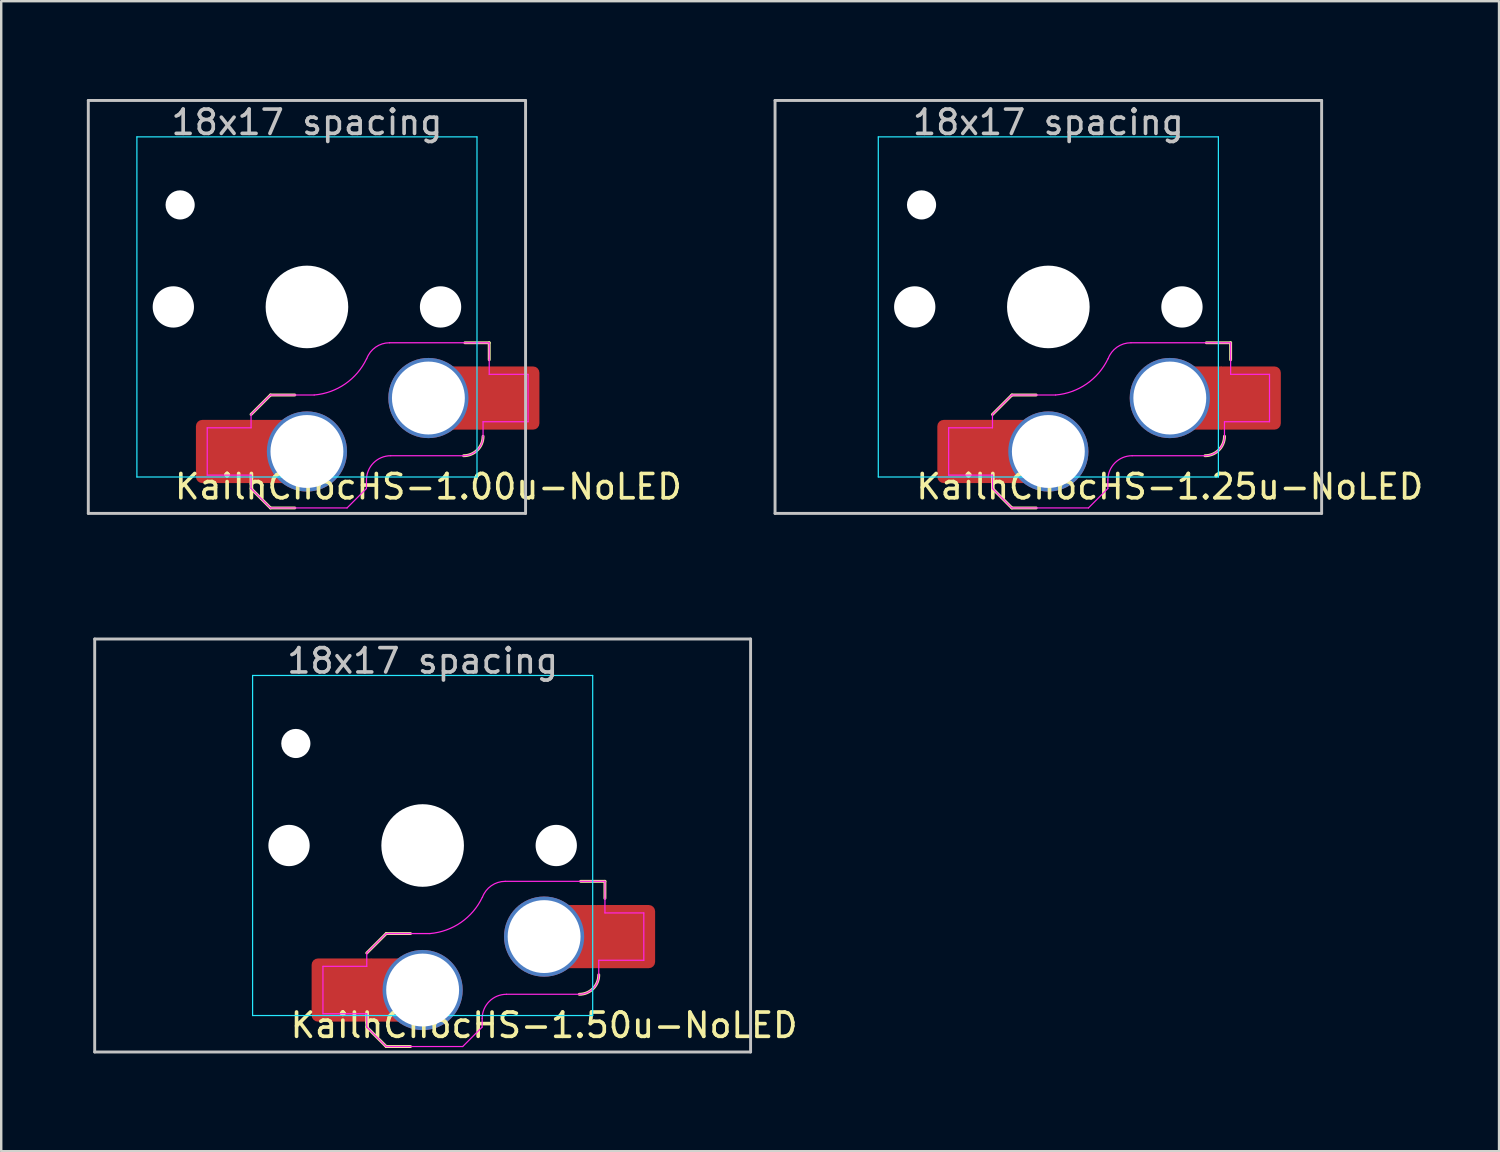
<source format=kicad_pcb>
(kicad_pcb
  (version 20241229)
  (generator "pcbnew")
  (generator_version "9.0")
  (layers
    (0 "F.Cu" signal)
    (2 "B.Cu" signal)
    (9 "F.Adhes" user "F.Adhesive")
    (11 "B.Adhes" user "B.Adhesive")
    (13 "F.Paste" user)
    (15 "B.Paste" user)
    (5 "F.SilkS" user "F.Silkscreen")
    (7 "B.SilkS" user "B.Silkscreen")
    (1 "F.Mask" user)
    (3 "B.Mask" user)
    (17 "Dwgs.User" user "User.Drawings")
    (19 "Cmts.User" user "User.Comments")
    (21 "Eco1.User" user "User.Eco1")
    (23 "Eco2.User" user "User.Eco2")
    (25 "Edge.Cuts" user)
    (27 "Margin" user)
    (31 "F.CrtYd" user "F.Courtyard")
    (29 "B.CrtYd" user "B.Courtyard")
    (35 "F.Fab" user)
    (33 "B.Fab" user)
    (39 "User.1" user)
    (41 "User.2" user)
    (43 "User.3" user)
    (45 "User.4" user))
  (footprint "KailhChocHS-1.50u-NoLED"
    (layer "F.Cu")
    (at 14.348 31.755)
    (property "Reference" "KailhChocHS-1.50u-NoLED" (at 5 7.4 180) (layer "F.SilkS") (effects (font (size 1 1) (thickness 0.15))))
    (attr smd)
    (fp_line (start -2.3 7.475) (end -1.5 8.275) (stroke (width 0.12) (type solid)) (layer "F.SilkS"))
    (fp_line (start -1.5 3.625) (end -2.3 4.425) (stroke (width 0.12) (type solid)) (layer "F.SilkS"))
    (fp_line (start -1.5 3.625) (end -0.5 3.625) (stroke (width 0.12) (type solid)) (layer "F.SilkS"))
    (fp_line (start -1.5 8.275) (end -0.5 8.275) (stroke (width 0.12) (type solid)) (layer "F.SilkS"))
    (fp_line (start 7.504 1.475) (end 6.504 1.475) (stroke (width 0.12) (type solid)) (layer "F.SilkS"))
    (fp_line (start 7.504 1.475) (end 7.504 2.175) (stroke (width 0.12) (type solid)) (layer "F.SilkS"))
    (fp_arc (start 7.25 5.325) (mid 7.015685 5.890685) (end 6.45 6.125) (stroke (width 0.12) (type solid)) (layer "F.SilkS"))
    (fp_line (start -13.5 -8.5) (end -13.5 8.5) (stroke (width 0.12) (type solid)) (layer "Dwgs.User"))
    (fp_line (start -13.5 8.5) (end 13.5 8.5) (stroke (width 0.12) (type solid)) (layer "Dwgs.User"))
    (fp_line (start 13.5 -8.5) (end -13.5 -8.5) (stroke (width 0.12) (type solid)) (layer "Dwgs.User"))
    (fp_line (start 13.5 8.5) (end 13.5 -8.5) (stroke (width 0.12) (type solid)) (layer "Dwgs.User"))
    (fp_line (start -14.287 -9.525) (end 14.287 -9.525) (stroke (width 0.12) (type solid)) (layer "Eco1.User"))
    (fp_line (start -14.287 9.525) (end -14.287 -9.525) (stroke (width 0.12) (type solid)) (layer "Eco1.User"))
    (fp_line (start 14.287 -9.525) (end 14.287 9.525) (stroke (width 0.12) (type solid)) (layer "Eco1.User"))
    (fp_line (start 14.287 9.525) (end -14.287 9.525) (stroke (width 0.12) (type solid)) (layer "Eco1.User"))
    (fp_line (start -6.95 -6.45) (end -6.95 6.45) (stroke (width 0.05) (type solid)) (layer "Eco2.User"))
    (fp_line (start -6.45 6.95) (end 6.45 6.95) (stroke (width 0.05) (type solid)) (layer "Eco2.User"))
    (fp_line (start 6.45 -6.95) (end -6.45 -6.95) (stroke (width 0.05) (type solid)) (layer "Eco2.User"))
    (fp_line (start 6.95 6.45) (end 6.95 -6.45) (stroke (width 0.05) (type solid)) (layer "Eco2.User"))
    (fp_arc (start -6.95 -6.45) (mid -6.803553 -6.803553) (end -6.45 -6.95) (stroke (width 0.05) (type solid)) (layer "Eco2.User"))
    (fp_arc (start -6.45 6.95) (mid -6.803553 6.803553) (end -6.95 6.45) (stroke (width 0.05) (type solid)) (layer "Eco2.User"))
    (fp_arc (start 6.45 -6.95) (mid 6.803553 -6.803553) (end 6.95 -6.45) (stroke (width 0.05) (type solid)) (layer "Eco2.User"))
    (fp_arc (start 6.95 6.45) (mid 6.803553 6.803553) (end 6.45 6.95) (stroke (width 0.05) (type solid)) (layer "Eco2.User"))
    (fp_line (start -7 -7) (end -7 7) (stroke (width 0.05) (type solid)) (layer "B.CrtYd"))
    (fp_line (start -7 7) (end 7 7) (stroke (width 0.05) (type solid)) (layer "B.CrtYd"))
    (fp_line (start 7 -7) (end -7 -7) (stroke (width 0.05) (type solid)) (layer "B.CrtYd"))
    (fp_line (start 7 7) (end 7 -7) (stroke (width 0.05) (type solid)) (layer "B.CrtYd"))
    (fp_line (start -4.104 4.975) (end -4.104 6.925) (stroke (width 0.05) (type solid)) (layer "F.CrtYd"))
    (fp_line (start -4.104 4.975) (end -2.3 4.975) (stroke (width 0.05) (type solid)) (layer "F.CrtYd"))
    (fp_line (start -4.104 6.925) (end -2.3 6.925) (stroke (width 0.05) (type solid)) (layer "F.CrtYd"))
    (fp_line (start -2.3 4.975) (end -2.3 4.425) (stroke (width 0.05) (type solid)) (layer "F.CrtYd"))
    (fp_line (start -2.3 7.475) (end -2.3 6.925) (stroke (width 0.05) (type solid)) (layer "F.CrtYd"))
    (fp_line (start -2.3 7.475) (end -1.5 8.275) (stroke (width 0.05) (type solid)) (layer "F.CrtYd"))
    (fp_line (start -1.5 3.625) (end -2.3 4.425) (stroke (width 0.05) (type solid)) (layer "F.CrtYd"))
    (fp_line (start -1.5 3.625) (end 0.3 3.625) (stroke (width 0.05) (type solid)) (layer "F.CrtYd"))
    (fp_line (start -1.5 8.275) (end 1.65 8.275) (stroke (width 0.05) (type solid)) (layer "F.CrtYd"))
    (fp_line (start 2.45 7.475) (end 1.65 8.275) (stroke (width 0.05) (type solid)) (layer "F.CrtYd"))
    (fp_line (start 2.45 7.475) (end 2.45 7.125) (stroke (width 0.05) (type solid)) (layer "F.CrtYd"))
    (fp_line (start 3.45 6.125) (end 6.45 6.125) (stroke (width 0.05) (type solid)) (layer "F.CrtYd"))
    (fp_line (start 7.25 4.725) (end 9.104 4.725) (stroke (width 0.05) (type solid)) (layer "F.CrtYd"))
    (fp_line (start 7.25 5.325) (end 7.25 4.725) (stroke (width 0.05) (type solid)) (layer "F.CrtYd"))
    (fp_line (start 7.504 1.475) (end 3.4 1.475) (stroke (width 0.05) (type solid)) (layer "F.CrtYd"))
    (fp_line (start 7.504 1.475) (end 7.504 2.175) (stroke (width 0.05) (type solid)) (layer "F.CrtYd"))
    (fp_line (start 7.504 2.175) (end 7.504 2.775) (stroke (width 0.05) (type solid)) (layer "F.CrtYd"))
    (fp_line (start 9.104 2.775) (end 7.504 2.775) (stroke (width 0.05) (type solid)) (layer "F.CrtYd"))
    (fp_line (start 9.104 4.725) (end 9.104 2.775) (stroke (width 0.05) (type solid)) (layer "F.CrtYd"))
    (fp_arc (start 2.45 7.125) (mid 2.742893 6.417893) (end 3.45 6.125) (stroke (width 0.05) (type solid)) (layer "F.CrtYd"))
    (fp_arc (start 2.455444 2.13293) (mid 1.577272 3.167235) (end 0.299999 3.624999) (stroke (width 0.05) (type solid)) (layer "F.CrtYd"))
    (fp_arc (start 2.460307 2.13298) (mid 2.826423 1.655848) (end 3.4 1.475) (stroke (width 0.05) (type solid)) (layer "F.CrtYd"))
    (fp_arc (start 7.25 5.325) (mid 7.015685 5.890685) (end 6.45 6.125) (stroke (width 0.05) (type solid)) (layer "F.CrtYd"))
    (fp_rect (start -13.125 -8.75) (end 13.125 8.75) (stroke (width 0.12) (type solid)) (fill no) (layer "User.8"))
    (fp_text user "18x17 spacing" (at 0 -7.6 180) (layer "Dwgs.User") (effects (font (size 1 1) (thickness 0.15))))
    (fp_text user "19.05 spacing" (at 0 -8.7 180) (layer "Eco1.User") (effects (font (size 1 1) (thickness 0.15))))
    (fp_text user "17.5x17.5 spacing" (at 0 -8 180) (layer "User.8") (effects (font (size 1 1) (thickness 0.15))))
    (pad "" np_thru_hole circle (at -5.5 0 180) (size 1.7 1.7) (drill 1.7) (layers "*.Cu" "*.Mask"))
    (pad "" np_thru_hole circle (at -5.22 -4.2 180) (size 1.2 1.2) (drill 1.2) (layers "*.Cu" "*.Mask"))
    (pad "" np_thru_hole circle (at 0 0 180) (size 3.4 3.4) (drill 3.4) (layers "*.Cu" "*.Mask"))
    (pad "" np_thru_hole circle (at 5.5 0 180) (size 1.7 1.7) (drill 1.7) (layers "*.Cu" "*.Mask"))
    (pad "1" thru_hole circle (at 5 3.75) (size 3.3 3.3) (drill 3) (layers "*.Cu" "F.Mask"))
    (pad "1" smd rect (at 6.55 3.75) (size 1.2 2.6) (layers "F.Cu"))
    (pad "1" smd roundrect (at 8.245 3.75) (size 2.65 2.6) (layers "F.Cu" "F.Mask" "F.Paste") (roundrect_rratio 0.1))
    (pad "2" smd roundrect (at -3.245 5.95) (size 2.65 2.6) (layers "F.Cu" "F.Mask" "F.Paste") (roundrect_rratio 0.1))
    (pad "2" smd rect (at -1.55 5.95 180) (size 1.2 2.6) (layers "F.Cu"))
    (pad "2" thru_hole circle (at 0 5.95) (size 3.3 3.3) (drill 3) (layers "*.Cu" "F.Mask")))
  (footprint "KailhChocHS-1.25u-NoLED"
    (layer "F.Cu")
    (at 40.105 9.585)
    (property "Reference" "KailhChocHS-1.25u-NoLED" (at 5 7.4 180) (layer "F.SilkS") (effects (font (size 1 1) (thickness 0.15))))
    (attr smd)
    (fp_line (start -2.3 7.475) (end -1.5 8.275) (stroke (width 0.12) (type solid)) (layer "F.SilkS"))
    (fp_line (start -1.5 3.625) (end -2.3 4.425) (stroke (width 0.12) (type solid)) (layer "F.SilkS"))
    (fp_line (start -1.5 3.625) (end -0.5 3.625) (stroke (width 0.12) (type solid)) (layer "F.SilkS"))
    (fp_line (start -1.5 8.275) (end -0.5 8.275) (stroke (width 0.12) (type solid)) (layer "F.SilkS"))
    (fp_line (start 7.504 1.475) (end 6.504 1.475) (stroke (width 0.12) (type solid)) (layer "F.SilkS"))
    (fp_line (start 7.504 1.475) (end 7.504 2.175) (stroke (width 0.12) (type solid)) (layer "F.SilkS"))
    (fp_arc (start 7.25 5.325) (mid 7.015685 5.890685) (end 6.45 6.125) (stroke (width 0.12) (type solid)) (layer "F.SilkS"))
    (fp_line (start -11.25 -8.5) (end -11.25 8.5) (stroke (width 0.12) (type solid)) (layer "Dwgs.User"))
    (fp_line (start -11.25 8.5) (end 11.25 8.5) (stroke (width 0.12) (type solid)) (layer "Dwgs.User"))
    (fp_line (start 11.25 -8.5) (end -11.25 -8.5) (stroke (width 0.12) (type solid)) (layer "Dwgs.User"))
    (fp_line (start 11.25 8.5) (end 11.25 -8.5) (stroke (width 0.12) (type solid)) (layer "Dwgs.User"))
    (fp_line (start -11.906 -9.525) (end 11.906 -9.525) (stroke (width 0.12) (type solid)) (layer "Eco1.User"))
    (fp_line (start -11.906 9.525) (end -11.906 -9.525) (stroke (width 0.12) (type solid)) (layer "Eco1.User"))
    (fp_line (start 11.906 -9.525) (end 11.906 9.525) (stroke (width 0.12) (type solid)) (layer "Eco1.User"))
    (fp_line (start 11.906 9.525) (end -11.906 9.525) (stroke (width 0.12) (type solid)) (layer "Eco1.User"))
    (fp_line (start -6.95 -6.45) (end -6.95 6.45) (stroke (width 0.05) (type solid)) (layer "Eco2.User"))
    (fp_line (start -6.45 6.95) (end 6.45 6.95) (stroke (width 0.05) (type solid)) (layer "Eco2.User"))
    (fp_line (start 6.45 -6.95) (end -6.45 -6.95) (stroke (width 0.05) (type solid)) (layer "Eco2.User"))
    (fp_line (start 6.95 6.45) (end 6.95 -6.45) (stroke (width 0.05) (type solid)) (layer "Eco2.User"))
    (fp_arc (start -6.95 -6.45) (mid -6.803553 -6.803553) (end -6.45 -6.95) (stroke (width 0.05) (type solid)) (layer "Eco2.User"))
    (fp_arc (start -6.45 6.95) (mid -6.803553 6.803553) (end -6.95 6.45) (stroke (width 0.05) (type solid)) (layer "Eco2.User"))
    (fp_arc (start 6.45 -6.95) (mid 6.803553 -6.803553) (end 6.95 -6.45) (stroke (width 0.05) (type solid)) (layer "Eco2.User"))
    (fp_arc (start 6.95 6.45) (mid 6.803553 6.803553) (end 6.45 6.95) (stroke (width 0.05) (type solid)) (layer "Eco2.User"))
    (fp_line (start -7 -7) (end -7 7) (stroke (width 0.05) (type solid)) (layer "B.CrtYd"))
    (fp_line (start -7 7) (end 7 7) (stroke (width 0.05) (type solid)) (layer "B.CrtYd"))
    (fp_line (start 7 -7) (end -7 -7) (stroke (width 0.05) (type solid)) (layer "B.CrtYd"))
    (fp_line (start 7 7) (end 7 -7) (stroke (width 0.05) (type solid)) (layer "B.CrtYd"))
    (fp_line (start -4.104 4.975) (end -4.104 6.925) (stroke (width 0.05) (type solid)) (layer "F.CrtYd"))
    (fp_line (start -4.104 4.975) (end -2.3 4.975) (stroke (width 0.05) (type solid)) (layer "F.CrtYd"))
    (fp_line (start -4.104 6.925) (end -2.3 6.925) (stroke (width 0.05) (type solid)) (layer "F.CrtYd"))
    (fp_line (start -2.3 4.975) (end -2.3 4.425) (stroke (width 0.05) (type solid)) (layer "F.CrtYd"))
    (fp_line (start -2.3 7.475) (end -2.3 6.925) (stroke (width 0.05) (type solid)) (layer "F.CrtYd"))
    (fp_line (start -2.3 7.475) (end -1.5 8.275) (stroke (width 0.05) (type solid)) (layer "F.CrtYd"))
    (fp_line (start -1.5 3.625) (end -2.3 4.425) (stroke (width 0.05) (type solid)) (layer "F.CrtYd"))
    (fp_line (start -1.5 3.625) (end 0.3 3.625) (stroke (width 0.05) (type solid)) (layer "F.CrtYd"))
    (fp_line (start -1.5 8.275) (end 1.65 8.275) (stroke (width 0.05) (type solid)) (layer "F.CrtYd"))
    (fp_line (start 2.45 7.475) (end 1.65 8.275) (stroke (width 0.05) (type solid)) (layer "F.CrtYd"))
    (fp_line (start 2.45 7.475) (end 2.45 7.125) (stroke (width 0.05) (type solid)) (layer "F.CrtYd"))
    (fp_line (start 3.45 6.125) (end 6.45 6.125) (stroke (width 0.05) (type solid)) (layer "F.CrtYd"))
    (fp_line (start 7.25 4.725) (end 9.104 4.725) (stroke (width 0.05) (type solid)) (layer "F.CrtYd"))
    (fp_line (start 7.25 5.325) (end 7.25 4.725) (stroke (width 0.05) (type solid)) (layer "F.CrtYd"))
    (fp_line (start 7.504 1.475) (end 3.4 1.475) (stroke (width 0.05) (type solid)) (layer "F.CrtYd"))
    (fp_line (start 7.504 1.475) (end 7.504 2.175) (stroke (width 0.05) (type solid)) (layer "F.CrtYd"))
    (fp_line (start 7.504 2.175) (end 7.504 2.775) (stroke (width 0.05) (type solid)) (layer "F.CrtYd"))
    (fp_line (start 9.104 2.775) (end 7.504 2.775) (stroke (width 0.05) (type solid)) (layer "F.CrtYd"))
    (fp_line (start 9.104 4.725) (end 9.104 2.775) (stroke (width 0.05) (type solid)) (layer "F.CrtYd"))
    (fp_arc (start 2.45 7.125) (mid 2.742893 6.417893) (end 3.45 6.125) (stroke (width 0.05) (type solid)) (layer "F.CrtYd"))
    (fp_arc (start 2.455444 2.13293) (mid 1.577272 3.167235) (end 0.299999 3.624999) (stroke (width 0.05) (type solid)) (layer "F.CrtYd"))
    (fp_arc (start 2.460307 2.13298) (mid 2.826423 1.655848) (end 3.4 1.475) (stroke (width 0.05) (type solid)) (layer "F.CrtYd"))
    (fp_arc (start 7.25 5.325) (mid 7.015685 5.890685) (end 6.45 6.125) (stroke (width 0.05) (type solid)) (layer "F.CrtYd"))
    (fp_rect (start -10.938 -8.75) (end 10.938 8.75) (stroke (width 0.12) (type solid)) (fill no) (layer "User.8"))
    (fp_text user "18x17 spacing" (at 0 -7.6 180) (layer "Dwgs.User") (effects (font (size 1 1) (thickness 0.15))))
    (fp_text user "19.05 spacing" (at 0 -8.7 180) (layer "Eco1.User") (effects (font (size 1 1) (thickness 0.15))))
    (fp_text user "17.5x17.5 spacing" (at 0 -8 180) (layer "User.8") (effects (font (size 1 1) (thickness 0.15))))
    (pad "" np_thru_hole circle (at -5.5 0 180) (size 1.7 1.7) (drill 1.7) (layers "*.Cu" "*.Mask"))
    (pad "" np_thru_hole circle (at -5.22 -4.2 180) (size 1.2 1.2) (drill 1.2) (layers "*.Cu" "*.Mask"))
    (pad "" np_thru_hole circle (at 0 0 180) (size 3.4 3.4) (drill 3.4) (layers "*.Cu" "*.Mask"))
    (pad "" np_thru_hole circle (at 5.5 0 180) (size 1.7 1.7) (drill 1.7) (layers "*.Cu" "*.Mask"))
    (pad "1" thru_hole circle (at 5 3.75) (size 3.3 3.3) (drill 3) (layers "*.Cu" "F.Mask"))
    (pad "1" smd rect (at 6.55 3.75) (size 1.2 2.6) (layers "F.Cu"))
    (pad "1" smd roundrect (at 8.245 3.75) (size 2.65 2.6) (layers "F.Cu" "F.Mask" "F.Paste") (roundrect_rratio 0.1))
    (pad "2" smd roundrect (at -3.245 5.95) (size 2.65 2.6) (layers "F.Cu" "F.Mask" "F.Paste") (roundrect_rratio 0.1))
    (pad "2" smd rect (at -1.55 5.95 180) (size 1.2 2.6) (layers "F.Cu"))
    (pad "2" thru_hole circle (at 0 5.95) (size 3.3 3.3) (drill 3) (layers "*.Cu" "F.Mask")))
  (footprint "KailhChocHS-1.00u-NoLED"
    (layer "F.Cu")
    (at 9.585 9.585)
    (property "Reference" "KailhChocHS-1.00u-NoLED" (at 5 7.4 180) (layer "F.SilkS") (effects (font (size 1 1) (thickness 0.15))))
    (attr smd)
    (fp_line (start -2.3 7.475) (end -1.5 8.275) (stroke (width 0.12) (type solid)) (layer "F.SilkS"))
    (fp_line (start -1.5 3.625) (end -2.3 4.425) (stroke (width 0.12) (type solid)) (layer "F.SilkS"))
    (fp_line (start -1.5 3.625) (end -0.5 3.625) (stroke (width 0.12) (type solid)) (layer "F.SilkS"))
    (fp_line (start -1.5 8.275) (end -0.5 8.275) (stroke (width 0.12) (type solid)) (layer "F.SilkS"))
    (fp_line (start 7.504 1.475) (end 6.504 1.475) (stroke (width 0.12) (type solid)) (layer "F.SilkS"))
    (fp_line (start 7.504 1.475) (end 7.504 2.175) (stroke (width 0.12) (type solid)) (layer "F.SilkS"))
    (fp_arc (start 7.25 5.325) (mid 7.015685 5.890685) (end 6.45 6.125) (stroke (width 0.12) (type solid)) (layer "F.SilkS"))
    (fp_line (start -9 -8.5) (end -9 8.5) (stroke (width 0.12) (type solid)) (layer "Dwgs.User"))
    (fp_line (start -9 8.5) (end 9 8.5) (stroke (width 0.12) (type solid)) (layer "Dwgs.User"))
    (fp_line (start 9 -8.5) (end -9 -8.5) (stroke (width 0.12) (type solid)) (layer "Dwgs.User"))
    (fp_line (start 9 8.5) (end 9 -8.5) (stroke (width 0.12) (type solid)) (layer "Dwgs.User"))
    (fp_line (start -9.525 -9.525) (end 9.525 -9.525) (stroke (width 0.12) (type solid)) (layer "Eco1.User"))
    (fp_line (start -9.525 9.525) (end -9.525 -9.525) (stroke (width 0.12) (type solid)) (layer "Eco1.User"))
    (fp_line (start 9.525 -9.525) (end 9.525 9.525) (stroke (width 0.12) (type solid)) (layer "Eco1.User"))
    (fp_line (start 9.525 9.525) (end -9.525 9.525) (stroke (width 0.12) (type solid)) (layer "Eco1.User"))
    (fp_line (start -6.95 -6.45) (end -6.95 6.45) (stroke (width 0.05) (type solid)) (layer "Eco2.User"))
    (fp_line (start -6.45 6.95) (end 6.45 6.95) (stroke (width 0.05) (type solid)) (layer "Eco2.User"))
    (fp_line (start 6.45 -6.95) (end -6.45 -6.95) (stroke (width 0.05) (type solid)) (layer "Eco2.User"))
    (fp_line (start 6.95 6.45) (end 6.95 -6.45) (stroke (width 0.05) (type solid)) (layer "Eco2.User"))
    (fp_arc (start -6.95 -6.45) (mid -6.803553 -6.803553) (end -6.45 -6.95) (stroke (width 0.05) (type solid)) (layer "Eco2.User"))
    (fp_arc (start -6.45 6.95) (mid -6.803553 6.803553) (end -6.95 6.45) (stroke (width 0.05) (type solid)) (layer "Eco2.User"))
    (fp_arc (start 6.45 -6.95) (mid 6.803553 -6.803553) (end 6.95 -6.45) (stroke (width 0.05) (type solid)) (layer "Eco2.User"))
    (fp_arc (start 6.95 6.45) (mid 6.803553 6.803553) (end 6.45 6.95) (stroke (width 0.05) (type solid)) (layer "Eco2.User"))
    (fp_line (start -7 -7) (end -7 7) (stroke (width 0.05) (type solid)) (layer "B.CrtYd"))
    (fp_line (start -7 7) (end 7 7) (stroke (width 0.05) (type solid)) (layer "B.CrtYd"))
    (fp_line (start 7 -7) (end -7 -7) (stroke (width 0.05) (type solid)) (layer "B.CrtYd"))
    (fp_line (start 7 7) (end 7 -7) (stroke (width 0.05) (type solid)) (layer "B.CrtYd"))
    (fp_line (start -4.104 4.975) (end -4.104 6.925) (stroke (width 0.05) (type solid)) (layer "F.CrtYd"))
    (fp_line (start -4.104 4.975) (end -2.3 4.975) (stroke (width 0.05) (type solid)) (layer "F.CrtYd"))
    (fp_line (start -4.104 6.925) (end -2.3 6.925) (stroke (width 0.05) (type solid)) (layer "F.CrtYd"))
    (fp_line (start -2.3 4.975) (end -2.3 4.425) (stroke (width 0.05) (type solid)) (layer "F.CrtYd"))
    (fp_line (start -2.3 7.475) (end -2.3 6.925) (stroke (width 0.05) (type solid)) (layer "F.CrtYd"))
    (fp_line (start -2.3 7.475) (end -1.5 8.275) (stroke (width 0.05) (type solid)) (layer "F.CrtYd"))
    (fp_line (start -1.5 3.625) (end -2.3 4.425) (stroke (width 0.05) (type solid)) (layer "F.CrtYd"))
    (fp_line (start -1.5 3.625) (end 0.3 3.625) (stroke (width 0.05) (type solid)) (layer "F.CrtYd"))
    (fp_line (start -1.5 8.275) (end 1.65 8.275) (stroke (width 0.05) (type solid)) (layer "F.CrtYd"))
    (fp_line (start 2.45 7.475) (end 1.65 8.275) (stroke (width 0.05) (type solid)) (layer "F.CrtYd"))
    (fp_line (start 2.45 7.475) (end 2.45 7.125) (stroke (width 0.05) (type solid)) (layer "F.CrtYd"))
    (fp_line (start 3.45 6.125) (end 6.45 6.125) (stroke (width 0.05) (type solid)) (layer "F.CrtYd"))
    (fp_line (start 7.25 4.725) (end 9.104 4.725) (stroke (width 0.05) (type solid)) (layer "F.CrtYd"))
    (fp_line (start 7.25 5.325) (end 7.25 4.725) (stroke (width 0.05) (type solid)) (layer "F.CrtYd"))
    (fp_line (start 7.504 1.475) (end 3.4 1.475) (stroke (width 0.05) (type solid)) (layer "F.CrtYd"))
    (fp_line (start 7.504 1.475) (end 7.504 2.175) (stroke (width 0.05) (type solid)) (layer "F.CrtYd"))
    (fp_line (start 7.504 2.175) (end 7.504 2.775) (stroke (width 0.05) (type solid)) (layer "F.CrtYd"))
    (fp_line (start 9.104 2.775) (end 7.504 2.775) (stroke (width 0.05) (type solid)) (layer "F.CrtYd"))
    (fp_line (start 9.104 4.725) (end 9.104 2.775) (stroke (width 0.05) (type solid)) (layer "F.CrtYd"))
    (fp_arc (start 2.45 7.125) (mid 2.742893 6.417893) (end 3.45 6.125) (stroke (width 0.05) (type solid)) (layer "F.CrtYd"))
    (fp_arc (start 2.455444 2.13293) (mid 1.577272 3.167235) (end 0.299999 3.624999) (stroke (width 0.05) (type solid)) (layer "F.CrtYd"))
    (fp_arc (start 2.460307 2.13298) (mid 2.826423 1.655848) (end 3.4 1.475) (stroke (width 0.05) (type solid)) (layer "F.CrtYd"))
    (fp_arc (start 7.25 5.325) (mid 7.015685 5.890685) (end 6.45 6.125) (stroke (width 0.05) (type solid)) (layer "F.CrtYd"))
    (fp_rect (start -8.75 -8.75) (end 8.75 8.75) (stroke (width 0.12) (type solid)) (fill no) (layer "User.8"))
    (fp_text user "18x17 spacing" (at 0 -7.6 180) (layer "Dwgs.User") (effects (font (size 1 1) (thickness 0.15))))
    (fp_text user "19.05 spacing" (at 0 -8.7 180) (layer "Eco1.User") (effects (font (size 1 1) (thickness 0.15))))
    (fp_text user "17.5x17.5 spacing" (at 0 -8 180) (layer "User.8") (effects (font (size 1 1) (thickness 0.15))))
    (pad "" np_thru_hole circle (at -5.5 0 180) (size 1.7 1.7) (drill 1.7) (layers "*.Cu" "*.Mask"))
    (pad "" np_thru_hole circle (at -5.22 -4.2 180) (size 1.2 1.2) (drill 1.2) (layers "*.Cu" "*.Mask"))
    (pad "" np_thru_hole circle (at 0 0 180) (size 3.4 3.4) (drill 3.4) (layers "*.Cu" "*.Mask"))
    (pad "" np_thru_hole circle (at 5.5 0 180) (size 1.7 1.7) (drill 1.7) (layers "*.Cu" "*.Mask"))
    (pad "1" thru_hole circle (at 5 3.75) (size 3.3 3.3) (drill 3) (layers "*.Cu" "F.Mask"))
    (pad "1" smd rect (at 6.55 3.75) (size 1.2 2.6) (layers "F.Cu"))
    (pad "1" smd roundrect (at 8.245 3.75) (size 2.65 2.6) (layers "F.Cu" "F.Mask" "F.Paste") (roundrect_rratio 0.1))
    (pad "2" smd roundrect (at -3.245 5.95) (size 2.65 2.6) (layers "F.Cu" "F.Mask" "F.Paste") (roundrect_rratio 0.1))
    (pad "2" smd rect (at -1.55 5.95 180) (size 1.2 2.6) (layers "F.Cu"))
    (pad "2" thru_hole circle (at 0 5.95) (size 3.3 3.3) (drill 3) (layers "*.Cu" "F.Mask")))
  (gr_rect
    (start -3 -3)
    (end 58.658 44.34)
    (stroke (width 0.1) (type default))
    (fill no)
    (layer "Edge.Cuts")))
</source>
